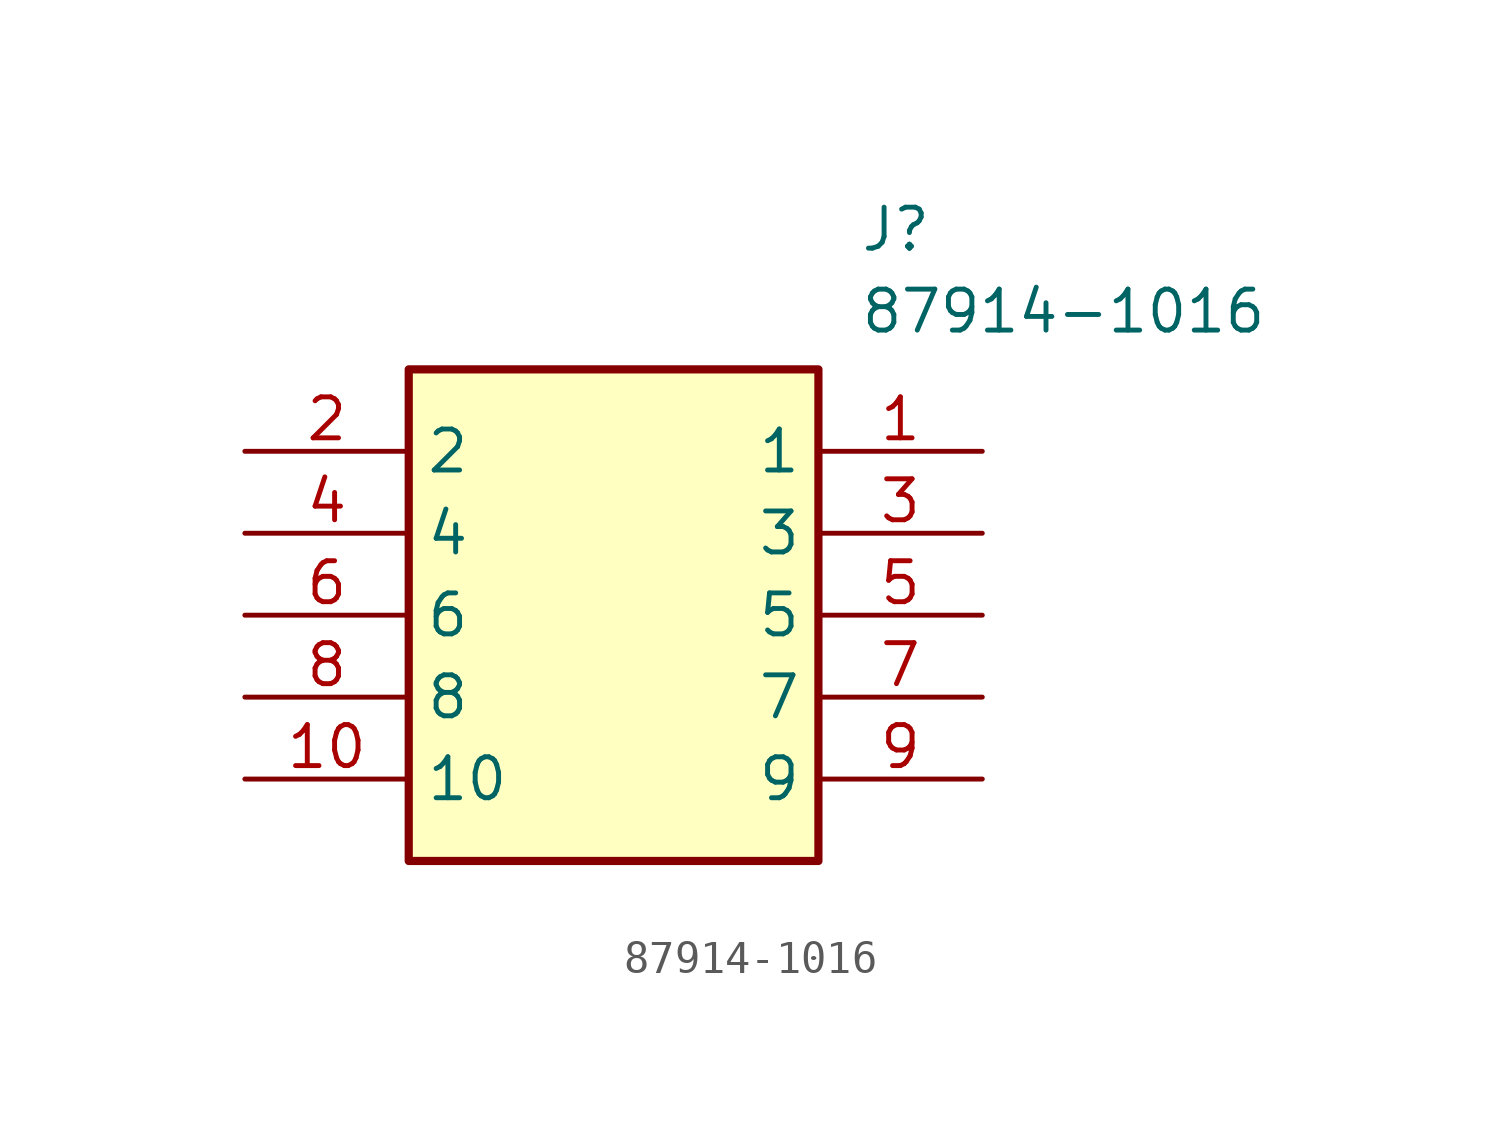
<source format=kicad_sym>
(kicad_symbol_lib
  (version 20211014)
  (generator SamacSys_ECAD_Model)
  (symbol "87914-1016"
    (property "Reference" "J"
      (at 19.05 7.62 0)
      (effects (font (size 1.27 1.27)) (justify left top)))
    (property "Value" "87914-1016"
      (at 19.05 5.08 0)
      (effects (font (size 1.27 1.27)) (justify left top)))
    (rectangle
      (start 5.08 2.54)
      (end 17.78 -12.7)
      (stroke (width 0.254) (type default))
      (fill (type background)))
    (pin passive line
      (at 22.86 0 180)
      (length 5.08)
      (name "1" (effects (font (size 1.27 1.27))))
      (number "1" (effects (font (size 1.27 1.27)))))
    (pin passive line
      (at 0 0 0)
      (length 5.08)
      (name "2" (effects (font (size 1.27 1.27))))
      (number "2" (effects (font (size 1.27 1.27)))))
    (pin passive line
      (at 22.86 -2.54 180)
      (length 5.08)
      (name "3" (effects (font (size 1.27 1.27))))
      (number "3" (effects (font (size 1.27 1.27)))))
    (pin passive line
      (at 0 -2.54 0)
      (length 5.08)
      (name "4" (effects (font (size 1.27 1.27))))
      (number "4" (effects (font (size 1.27 1.27)))))
    (pin passive line
      (at 22.86 -5.08 180)
      (length 5.08)
      (name "5" (effects (font (size 1.27 1.27))))
      (number "5" (effects (font (size 1.27 1.27)))))
    (pin passive line
      (at 0 -5.08 0)
      (length 5.08)
      (name "6" (effects (font (size 1.27 1.27))))
      (number "6" (effects (font (size 1.27 1.27)))))
    (pin passive line
      (at 22.86 -7.62 180)
      (length 5.08)
      (name "7" (effects (font (size 1.27 1.27))))
      (number "7" (effects (font (size 1.27 1.27)))))
    (pin passive line
      (at 0 -7.62 0)
      (length 5.08)
      (name "8" (effects (font (size 1.27 1.27))))
      (number "8" (effects (font (size 1.27 1.27)))))
    (pin passive line
      (at 22.86 -10.16 180)
      (length 5.08)
      (name "9" (effects (font (size 1.27 1.27))))
      (number "9" (effects (font (size 1.27 1.27)))))
    (pin passive line
      (at 0 -10.16 0)
      (length 5.08)
      (name "10" (effects (font (size 1.27 1.27))))
      (number "10" (effects (font (size 1.27 1.27)))))))
</source>
